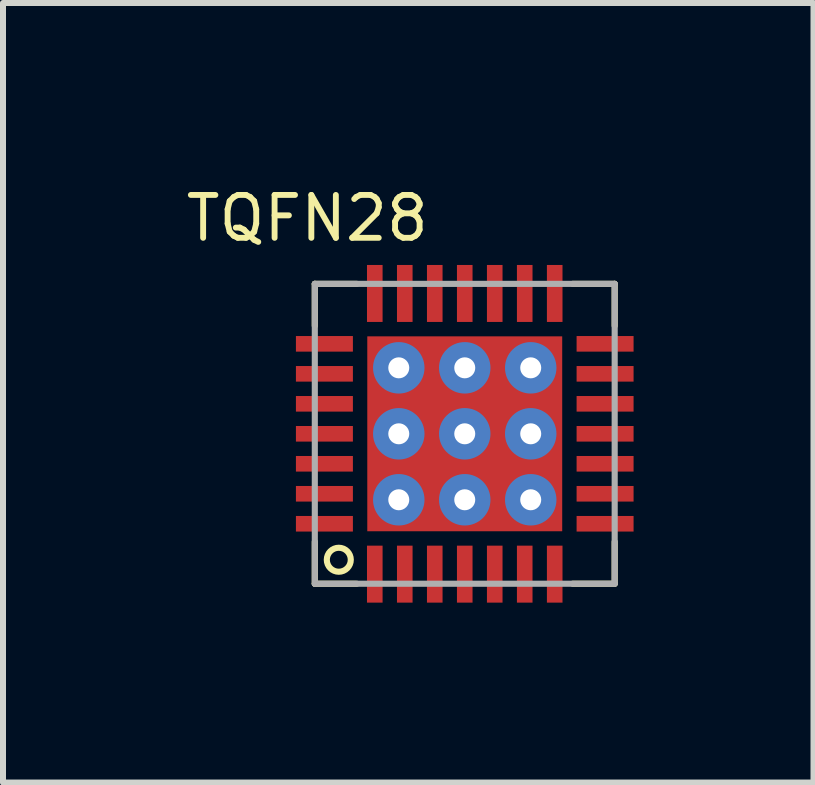
<source format=kicad_pcb>
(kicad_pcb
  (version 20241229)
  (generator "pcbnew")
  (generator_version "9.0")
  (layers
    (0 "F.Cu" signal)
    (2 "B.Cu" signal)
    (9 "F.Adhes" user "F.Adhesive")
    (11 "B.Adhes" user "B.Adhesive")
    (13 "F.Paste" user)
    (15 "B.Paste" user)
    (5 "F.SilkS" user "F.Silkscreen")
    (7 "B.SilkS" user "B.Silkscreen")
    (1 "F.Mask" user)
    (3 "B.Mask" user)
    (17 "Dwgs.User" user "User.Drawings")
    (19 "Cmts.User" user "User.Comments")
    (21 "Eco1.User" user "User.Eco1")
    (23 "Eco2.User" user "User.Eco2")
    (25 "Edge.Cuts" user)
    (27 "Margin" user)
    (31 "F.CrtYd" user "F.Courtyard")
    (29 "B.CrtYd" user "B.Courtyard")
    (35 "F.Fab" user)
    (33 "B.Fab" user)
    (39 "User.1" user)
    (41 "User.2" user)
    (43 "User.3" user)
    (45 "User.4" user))
  (footprint "TQFN28"
    (layer "F.Cu")
    (at 4.699 4.183)
    (property "Reference" "TQFN28" (at -4.699 -3.175 0) (layer "F.SilkS") (effects (font (size 0.715 0.715) (thickness 0.098)) (justify left bottom)))
    (fp_line (start -2.5 -2.5) (end -2.5 -1.8) (stroke (width 0.102) (type solid)) (layer "F.SilkS"))
    (fp_line (start -2.5 1.8) (end -2.5 2.5) (stroke (width 0.102) (type solid)) (layer "F.SilkS"))
    (fp_line (start -1.8 -2.5) (end -2.5 -2.5) (stroke (width 0.102) (type solid)) (layer "F.SilkS"))
    (fp_line (start -1.8 2.5) (end -2.5 2.5) (stroke (width 0.102) (type solid)) (layer "F.SilkS"))
    (fp_line (start 1.8 -2.5) (end 2.5 -2.5) (stroke (width 0.102) (type solid)) (layer "F.SilkS"))
    (fp_line (start 1.8 2.5) (end 2.5 2.5) (stroke (width 0.102) (type solid)) (layer "F.SilkS"))
    (fp_line (start 2.5 -1.8) (end 2.5 -2.5) (stroke (width 0.102) (type solid)) (layer "F.SilkS"))
    (fp_line (start 2.5 1.8) (end 2.5 2.5) (stroke (width 0.102) (type solid)) (layer "F.SilkS"))
    (fp_circle (center -2.1 2.1) (end -1.9 2.1) (stroke (width 0.102) (type solid)) (fill no) (layer "F.SilkS"))
    (fp_line (start -2.5 -2.5) (end -2.5 2.5) (stroke (width 0.102) (type solid)) (layer "F.Fab"))
    (fp_line (start -2.5 2.5) (end 2.5 2.5) (stroke (width 0.102) (type solid)) (layer "F.Fab"))
    (fp_line (start 2.5 -2.5) (end -2.5 -2.5) (stroke (width 0.102) (type solid)) (layer "F.Fab"))
    (fp_line (start 2.5 2.5) (end 2.5 -2.5) (stroke (width 0.102) (type solid)) (layer "F.Fab"))
    (pad "1" smd rect (at -1.5 2.34 90) (size 0.95 0.26) (layers "F.Cu" "F.Mask" "F.Paste"))
    (pad "2" smd rect (at -1 2.34 90) (size 0.95 0.26) (layers "F.Cu" "F.Mask" "F.Paste"))
    (pad "3" smd rect (at -0.5 2.34 90) (size 0.95 0.26) (layers "F.Cu" "F.Mask" "F.Paste"))
    (pad "4" smd rect (at 0 2.34 90) (size 0.95 0.26) (layers "F.Cu" "F.Mask" "F.Paste"))
    (pad "5" smd rect (at 0.5 2.34 90) (size 0.95 0.26) (layers "F.Cu" "F.Mask" "F.Paste"))
    (pad "6" smd rect (at 1 2.34 90) (size 0.95 0.26) (layers "F.Cu" "F.Mask" "F.Paste"))
    (pad "7" smd rect (at 1.5 2.34 90) (size 0.95 0.26) (layers "F.Cu" "F.Mask" "F.Paste"))
    (pad "8" smd rect (at 2.34 1.5) (size 0.95 0.26) (layers "F.Cu" "F.Mask" "F.Paste"))
    (pad "9" smd rect (at 2.34 1) (size 0.95 0.26) (layers "F.Cu" "F.Mask" "F.Paste"))
    (pad "10" smd rect (at 2.34 0.5) (size 0.95 0.26) (layers "F.Cu" "F.Mask" "F.Paste"))
    (pad "11" smd rect (at 2.34 0) (size 0.95 0.26) (layers "F.Cu" "F.Mask" "F.Paste"))
    (pad "12" smd rect (at 2.34 -0.5) (size 0.95 0.26) (layers "F.Cu" "F.Mask" "F.Paste"))
    (pad "13" smd rect (at 2.34 -1) (size 0.95 0.26) (layers "F.Cu" "F.Mask" "F.Paste"))
    (pad "14" smd rect (at 2.34 -1.5) (size 0.95 0.26) (layers "F.Cu" "F.Mask" "F.Paste"))
    (pad "15" smd rect (at 1.5 -2.34 90) (size 0.95 0.26) (layers "F.Cu" "F.Mask" "F.Paste"))
    (pad "16" smd rect (at 1 -2.34 90) (size 0.95 0.26) (layers "F.Cu" "F.Mask" "F.Paste"))
    (pad "17" smd rect (at 0.5 -2.34 90) (size 0.95 0.26) (layers "F.Cu" "F.Mask" "F.Paste"))
    (pad "18" smd rect (at 0 -2.34 90) (size 0.95 0.26) (layers "F.Cu" "F.Mask" "F.Paste"))
    (pad "19" smd rect (at -0.5 -2.34 90) (size 0.95 0.26) (layers "F.Cu" "F.Mask" "F.Paste"))
    (pad "20" smd rect (at -1 -2.34 90) (size 0.95 0.26) (layers "F.Cu" "F.Mask" "F.Paste"))
    (pad "21" smd rect (at -1.5 -2.34 90) (size 0.95 0.26) (layers "F.Cu" "F.Mask" "F.Paste"))
    (pad "22" smd rect (at -2.34 -1.5) (size 0.95 0.26) (layers "F.Cu" "F.Mask" "F.Paste"))
    (pad "23" smd rect (at -2.34 -1) (size 0.95 0.26) (layers "F.Cu" "F.Mask" "F.Paste"))
    (pad "24" smd rect (at -2.34 -0.5) (size 0.95 0.26) (layers "F.Cu" "F.Mask" "F.Paste"))
    (pad "25" smd rect (at -2.34 0) (size 0.95 0.26) (layers "F.Cu" "F.Mask" "F.Paste"))
    (pad "26" smd rect (at -2.34 0.5) (size 0.95 0.26) (layers "F.Cu" "F.Mask" "F.Paste"))
    (pad "27" smd rect (at -2.34 1) (size 0.95 0.26) (layers "F.Cu" "F.Mask" "F.Paste"))
    (pad "28" smd rect (at -2.34 1.5) (size 0.95 0.26) (layers "F.Cu" "F.Mask" "F.Paste"))
    (pad "C1" smd rect (at -0.85 0.85) (size 1.4 1.4) (layers "F.Cu" "F.Paste"))
    (pad "C2" smd rect (at 0.85 0.85) (size 1.4 1.4) (layers "F.Cu" "F.Paste"))
    (pad "C3" smd rect (at -0.85 -0.85 180) (size 1.4 1.4) (layers "F.Cu" "F.Paste"))
    (pad "C4" smd rect (at 0.85 -0.85 180) (size 1.4 1.4) (layers "F.Cu" "F.Paste"))
    (pad "EP" smd rect (at 0 0) (size 3.25 3.25) (layers "F.Cu" "F.Mask"))
    (pad "V1" thru_hole circle (at -1.1 1.1) (size 0.858 0.858) (drill 0.35) (layers "*.Cu"))
    (pad "V2" thru_hole circle (at 0 1.1) (size 0.858 0.858) (drill 0.35) (layers "*.Cu"))
    (pad "V3" thru_hole circle (at 1.1 1.1) (size 0.858 0.858) (drill 0.35) (layers "*.Cu"))
    (pad "V4" thru_hole circle (at -1.1 0) (size 0.858 0.858) (drill 0.35) (layers "*.Cu"))
    (pad "V5" thru_hole circle (at 0 0) (size 0.858 0.858) (drill 0.35) (layers "*.Cu"))
    (pad "V6" thru_hole circle (at 1.1 0) (size 0.858 0.858) (drill 0.35) (layers "*.Cu"))
    (pad "V7" thru_hole circle (at -1.1 -1.1) (size 0.858 0.858) (drill 0.35) (layers "*.Cu"))
    (pad "V8" thru_hole circle (at 0 -1.1) (size 0.858 0.858) (drill 0.35) (layers "*.Cu"))
    (pad "V9" thru_hole circle (at 1.1 -1.1) (size 0.858 0.858) (drill 0.35) (layers "*.Cu")))
  (gr_rect
    (start -3 -3)
    (end 10.514 9.998)
    (stroke (width 0.1) (type default))
    (fill no)
    (layer "Edge.Cuts")))
</source>
